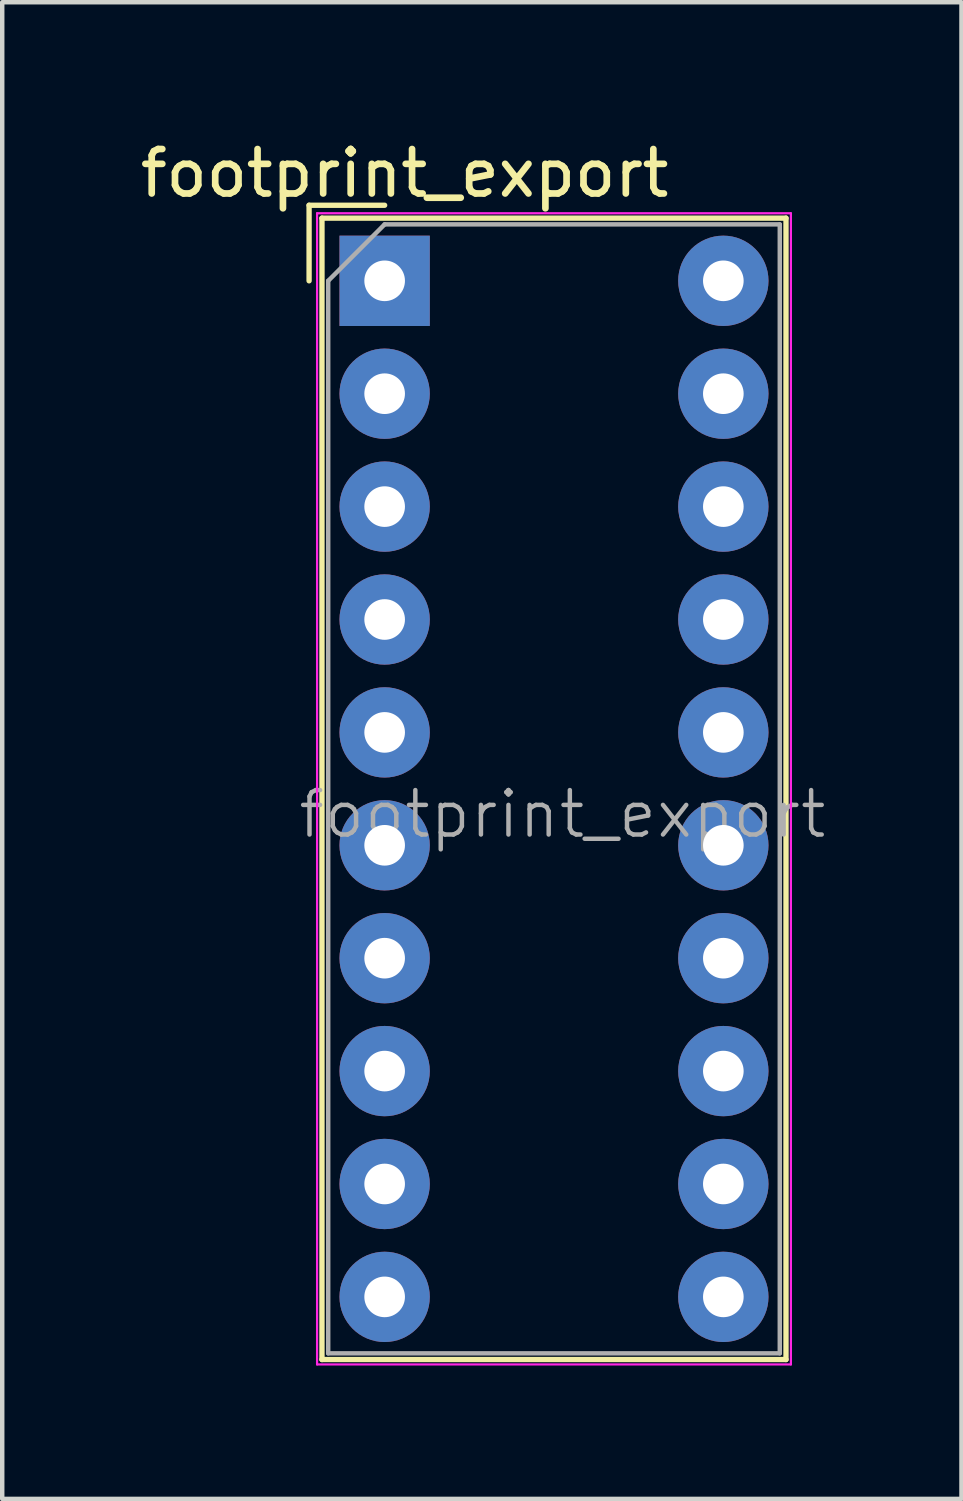
<source format=kicad_pcb>
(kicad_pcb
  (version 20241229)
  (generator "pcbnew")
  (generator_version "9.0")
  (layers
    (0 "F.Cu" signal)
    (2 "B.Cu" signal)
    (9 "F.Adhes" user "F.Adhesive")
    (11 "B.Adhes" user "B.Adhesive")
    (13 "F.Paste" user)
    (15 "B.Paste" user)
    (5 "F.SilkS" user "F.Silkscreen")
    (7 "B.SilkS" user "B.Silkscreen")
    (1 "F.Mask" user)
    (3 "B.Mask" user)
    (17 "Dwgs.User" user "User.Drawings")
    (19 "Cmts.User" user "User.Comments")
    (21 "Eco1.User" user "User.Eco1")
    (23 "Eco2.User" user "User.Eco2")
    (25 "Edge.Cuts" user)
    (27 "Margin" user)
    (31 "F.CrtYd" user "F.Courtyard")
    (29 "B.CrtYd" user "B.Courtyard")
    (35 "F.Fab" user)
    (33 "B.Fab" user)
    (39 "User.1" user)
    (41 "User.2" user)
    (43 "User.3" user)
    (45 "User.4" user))
  (footprint "footprint_export"
    (layer "F.Cu")
    (at 5.604 3.268)
    (property "Reference" "footprint_export" (at 0.45 -2.42 0) (layer "F.SilkS") (effects (font (size 1 1) (thickness 0.15))))
    (attr through_hole)
    (fp_line (start -1.7 -1.7) (end -1.7 0) (stroke (width 0.12) (type solid)) (layer "F.SilkS"))
    (fp_line (start -1.41 -1.41) (end 9.03 -1.41) (stroke (width 0.12) (type solid)) (layer "F.SilkS"))
    (fp_line (start -1.41 24.27) (end -1.41 -1.41) (stroke (width 0.12) (type solid)) (layer "F.SilkS"))
    (fp_line (start 0 -1.7) (end -1.7 -1.7) (stroke (width 0.12) (type solid)) (layer "F.SilkS"))
    (fp_line (start 9.03 -1.41) (end 9.03 24.27) (stroke (width 0.12) (type solid)) (layer "F.SilkS"))
    (fp_line (start 9.03 24.27) (end -1.41 24.27) (stroke (width 0.12) (type solid)) (layer "F.SilkS"))
    (fp_line (start -1.52 -1.52) (end -1.52 24.38) (stroke (width 0.05) (type solid)) (layer "F.CrtYd"))
    (fp_line (start -1.52 -1.52) (end 9.14 -1.52) (stroke (width 0.05) (type solid)) (layer "F.CrtYd"))
    (fp_line (start -1.52 24.38) (end 9.14 24.38) (stroke (width 0.05) (type solid)) (layer "F.CrtYd"))
    (fp_line (start 9.14 24.38) (end 9.14 -1.52) (stroke (width 0.05) (type solid)) (layer "F.CrtYd"))
    (fp_line (start -1.27 0) (end -1.27 24.13) (stroke (width 0.1) (type solid)) (layer "F.Fab"))
    (fp_line (start -1.27 24.13) (end 8.89 24.13) (stroke (width 0.1) (type solid)) (layer "F.Fab"))
    (fp_line (start 0 -1.27) (end -1.27 0) (stroke (width 0.1) (type solid)) (layer "F.Fab"))
    (fp_line (start 0 -1.27) (end 8.89 -1.27) (stroke (width 0.1) (type solid)) (layer "F.Fab"))
    (fp_line (start 8.89 -1.27) (end 8.89 24.13) (stroke (width 0.1) (type solid)) (layer "F.Fab"))
    (fp_text user "${REFERENCE}" (at 4 12 0) (layer "F.Fab") (effects (font (size 1 1) (thickness 0.1))))
    (pad "1" thru_hole rect (at 0 0 270) (size 2.032 2.032) (drill 0.914) (layers "*.Cu" "*.Mask"))
    (pad "2" thru_hole circle (at 0 2.54 270) (size 2.032 2.032) (drill 0.914) (layers "*.Cu" "*.Mask"))
    (pad "3" thru_hole circle (at 0 5.08 270) (size 2.032 2.032) (drill 0.914) (layers "*.Cu" "*.Mask"))
    (pad "4" thru_hole circle (at 0 7.62 270) (size 2.032 2.032) (drill 0.914) (layers "*.Cu" "*.Mask"))
    (pad "5" thru_hole circle (at 0 10.16 270) (size 2.032 2.032) (drill 0.914) (layers "*.Cu" "*.Mask"))
    (pad "6" thru_hole circle (at 0 12.7 270) (size 2.032 2.032) (drill 0.914) (layers "*.Cu" "*.Mask"))
    (pad "7" thru_hole circle (at 0 15.24 270) (size 2.032 2.032) (drill 0.914) (layers "*.Cu" "*.Mask"))
    (pad "8" thru_hole circle (at 0 17.78 270) (size 2.032 2.032) (drill 0.914) (layers "*.Cu" "*.Mask"))
    (pad "9" thru_hole circle (at 0 20.32 270) (size 2.032 2.032) (drill 0.914) (layers "*.Cu" "*.Mask"))
    (pad "10" thru_hole circle (at 0 22.86 270) (size 2.032 2.032) (drill 0.914) (layers "*.Cu" "*.Mask"))
    (pad "11" thru_hole circle (at 7.62 22.86 270) (size 2.032 2.032) (drill 0.914) (layers "*.Cu" "*.Mask"))
    (pad "12" thru_hole circle (at 7.62 20.32 270) (size 2.032 2.032) (drill 0.914) (layers "*.Cu" "*.Mask"))
    (pad "13" thru_hole circle (at 7.62 17.78 270) (size 2.032 2.032) (drill 0.914) (layers "*.Cu" "*.Mask"))
    (pad "14" thru_hole circle (at 7.62 15.24 270) (size 2.032 2.032) (drill 0.914) (layers "*.Cu" "*.Mask"))
    (pad "15" thru_hole circle (at 7.62 12.7 270) (size 2.032 2.032) (drill 0.914) (layers "*.Cu" "*.Mask"))
    (pad "16" thru_hole circle (at 7.62 10.16 270) (size 2.032 2.032) (drill 0.914) (layers "*.Cu" "*.Mask"))
    (pad "17" thru_hole circle (at 7.62 7.62 270) (size 2.032 2.032) (drill 0.914) (layers "*.Cu" "*.Mask"))
    (pad "18" thru_hole circle (at 7.62 5.08 270) (size 2.032 2.032) (drill 0.914) (layers "*.Cu" "*.Mask"))
    (pad "19" thru_hole circle (at 7.62 2.54 270) (size 2.032 2.032) (drill 0.914) (layers "*.Cu" "*.Mask"))
    (pad "20" thru_hole circle (at 7.62 0 270) (size 2.032 2.032) (drill 0.914) (layers "*.Cu" "*.Mask")))
  (gr_rect
    (start -3 -3)
    (end 18.582 30.673)
    (stroke (width 0.1) (type default))
    (fill no)
    (layer "Edge.Cuts")))
</source>
